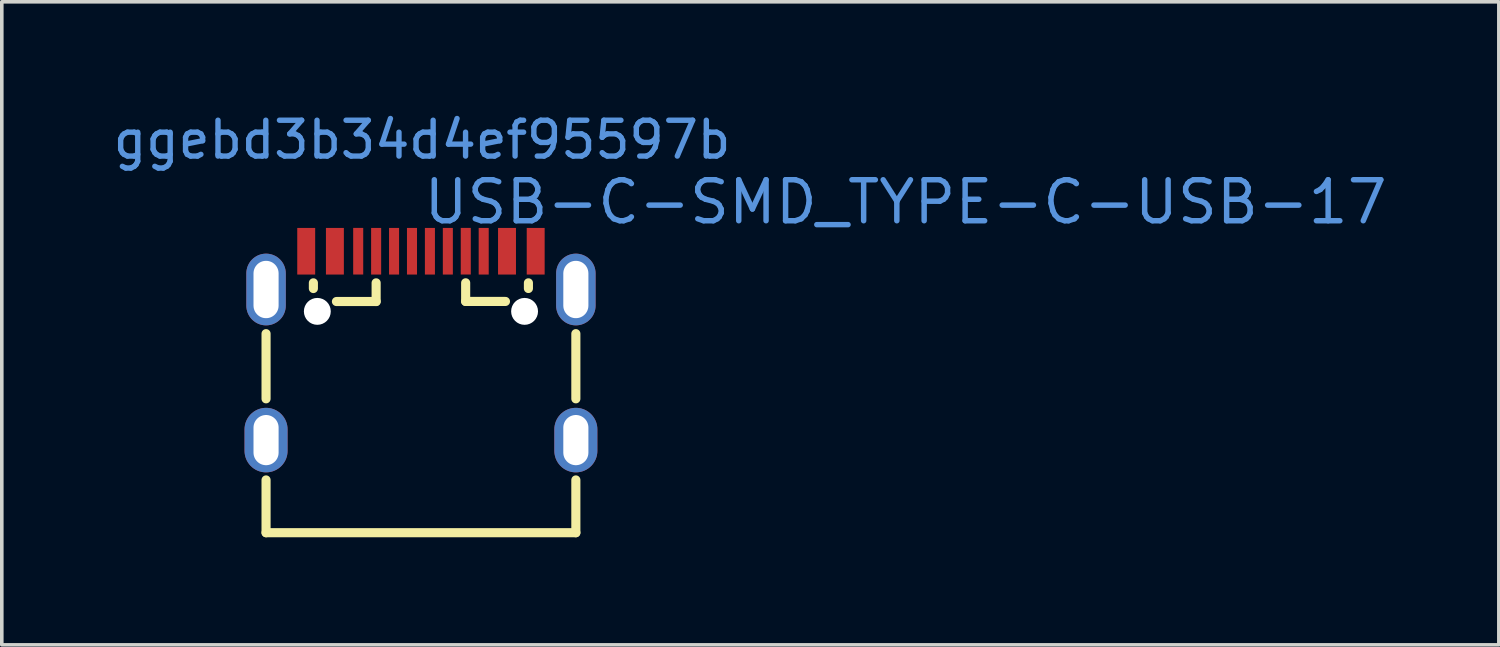
<source format=kicad_pcb>
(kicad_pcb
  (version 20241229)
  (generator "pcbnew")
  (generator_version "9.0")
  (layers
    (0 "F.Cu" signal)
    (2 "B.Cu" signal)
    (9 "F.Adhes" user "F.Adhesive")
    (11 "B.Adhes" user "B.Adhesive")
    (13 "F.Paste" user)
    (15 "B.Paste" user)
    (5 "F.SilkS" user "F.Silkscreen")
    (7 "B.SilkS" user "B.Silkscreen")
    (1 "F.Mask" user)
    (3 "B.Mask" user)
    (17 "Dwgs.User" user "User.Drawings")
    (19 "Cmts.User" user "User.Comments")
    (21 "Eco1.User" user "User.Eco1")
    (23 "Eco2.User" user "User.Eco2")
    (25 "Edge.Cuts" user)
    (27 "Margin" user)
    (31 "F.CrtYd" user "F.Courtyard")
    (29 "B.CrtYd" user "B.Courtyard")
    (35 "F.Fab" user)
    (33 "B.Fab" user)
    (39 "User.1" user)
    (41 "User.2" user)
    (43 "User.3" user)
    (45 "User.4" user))
  (footprint "USB-C-SMD_TYPE-C-USB-17"
    (layer "F.Cu")
    (at 8.69 6.59)
    (property "Reference" "USB-C-SMD_TYPE-C-USB-17" (at 0 -4.005 0) (layer "Cmts.User") (effects (font (size 1.143 1.143) (thickness 0.152)) (justify left)))
    (attr smd)
    (fp_line (start -4.32 1.483) (end -4.32 -0.335) (stroke (width 0.254) (type solid)) (layer "F.SilkS"))
    (fp_line (start -4.32 5.217) (end -4.32 3.745) (stroke (width 0.254) (type solid)) (layer "F.SilkS"))
    (fp_line (start -3 -1.593) (end -3 -1.752) (stroke (width 0.254) (type solid)) (layer "F.SilkS"))
    (fp_line (start -2.357 -1.231) (end -1.25 -1.231) (stroke (width 0.254) (type solid)) (layer "F.SilkS"))
    (fp_line (start -1.25 -1.231) (end -1.25 -1.752) (stroke (width 0.254) (type solid)) (layer "F.SilkS"))
    (fp_line (start 1.247 -1.233) (end 1.247 -1.753) (stroke (width 0.254) (type solid)) (layer "F.SilkS"))
    (fp_line (start 1.247 -1.233) (end 2.357 -1.233) (stroke (width 0.254) (type solid)) (layer "F.SilkS"))
    (fp_line (start 2.997 -1.594) (end 2.997 -1.752) (stroke (width 0.254) (type solid)) (layer "F.SilkS"))
    (fp_line (start 4.32 1.483) (end 4.32 -0.335) (stroke (width 0.254) (type solid)) (layer "F.SilkS"))
    (fp_line (start 4.32 5.217) (end -4.32 5.217) (stroke (width 0.254) (type solid)) (layer "F.SilkS"))
    (fp_line (start 4.32 5.217) (end 4.32 3.745) (stroke (width 0.254) (type solid)) (layer "F.SilkS"))
    (fp_poly (pts (xy -3.45 -3.283) (xy -2.95 -3.283) (xy -2.95 -1.983) (xy -3.45 -1.983)) (stroke (width 0) (type solid)) (fill yes) (layer "F.Paste"))
    (fp_poly (pts (xy -2.65 -3.283) (xy -2.15 -3.283) (xy -2.15 -1.983) (xy -2.65 -1.983)) (stroke (width 0) (type solid)) (fill yes) (layer "F.Paste"))
    (fp_poly (pts (xy -1.89 -3.284) (xy -1.61 -3.284) (xy -1.61 -1.984) (xy -1.89 -1.984)) (stroke (width 0) (type solid)) (fill yes) (layer "F.Paste"))
    (fp_poly (pts (xy -1.39 -3.283) (xy -1.11 -3.283) (xy -1.11 -1.983) (xy -1.39 -1.983)) (stroke (width 0) (type solid)) (fill yes) (layer "F.Paste"))
    (fp_poly (pts (xy -0.89 -3.283) (xy -0.61 -3.283) (xy -0.61 -1.983) (xy -0.89 -1.983)) (stroke (width 0) (type solid)) (fill yes) (layer "F.Paste"))
    (fp_poly (pts (xy -0.39 -3.283) (xy -0.11 -3.283) (xy -0.11 -1.983) (xy -0.39 -1.983)) (stroke (width 0) (type solid)) (fill yes) (layer "F.Paste"))
    (fp_poly (pts (xy 0.11 -3.283) (xy 0.39 -3.283) (xy 0.39 -1.983) (xy 0.11 -1.983)) (stroke (width 0) (type solid)) (fill yes) (layer "F.Paste"))
    (fp_poly (pts (xy 0.61 -3.283) (xy 0.89 -3.283) (xy 0.89 -1.983) (xy 0.61 -1.983)) (stroke (width 0) (type solid)) (fill yes) (layer "F.Paste"))
    (fp_poly (pts (xy 1.11 -3.284) (xy 1.39 -3.284) (xy 1.39 -1.984) (xy 1.11 -1.984)) (stroke (width 0) (type solid)) (fill yes) (layer "F.Paste"))
    (fp_poly (pts (xy 1.61 -3.283) (xy 1.89 -3.283) (xy 1.89 -1.983) (xy 1.61 -1.983)) (stroke (width 0) (type solid)) (fill yes) (layer "F.Paste"))
    (fp_poly (pts (xy 2.15 -3.283) (xy 2.65 -3.283) (xy 2.65 -1.983) (xy 2.15 -1.983)) (stroke (width 0) (type solid)) (fill yes) (layer "F.Paste"))
    (fp_poly (pts (xy 2.95 -3.283) (xy 3.45 -3.283) (xy 3.45 -1.983) (xy 2.95 -1.983)) (stroke (width 0) (type solid)) (fill yes) (layer "F.Paste"))
    (fp_poly (pts (xy -4.281 3.534) (xy -4.311 3.533) (xy -4.341 3.53) (xy -4.37 3.525) (xy -4.4 3.519) (xy -4.429 3.512) (xy -4.457 3.503) (xy -4.485 3.493) (xy -4.513 3.481) (xy -4.54 3.468) (xy -4.566 3.454) (xy -4.592 3.438) (xy -4.616 3.421) (xy -4.64 3.403) (xy -4.663 3.384) (xy -4.685 3.364) (xy -4.706 3.342) (xy -4.726 3.32) (xy -4.744 3.296) (xy -4.762 3.272) (xy -4.778 3.247) (xy -4.793 3.221) (xy -4.807 3.195) (xy -4.819 3.167) (xy -4.83 3.139) (xy -4.839 3.111) (xy -4.847 3.082) (xy -4.854 3.053) (xy -4.859 3.024) (xy -4.863 2.994) (xy -4.865 2.964) (xy -4.866 2.934) (xy -4.866 2.334) (xy -4.865 2.304) (xy -4.863 2.274) (xy -4.859 2.245) (xy -4.854 2.215) (xy -4.847 2.186) (xy -4.839 2.157) (xy -4.83 2.129) (xy -4.819 2.101) (xy -4.807 2.074) (xy -4.793 2.047) (xy -4.778 2.021) (xy -4.762 1.996) (xy -4.744 1.972) (xy -4.726 1.949) (xy -4.706 1.926) (xy -4.685 1.905) (xy -4.663 1.884) (xy -4.64 1.865) (xy -4.616 1.847) (xy -4.592 1.83) (xy -4.566 1.815) (xy -4.54 1.8) (xy -4.513 1.787) (xy -4.485 1.776) (xy -4.457 1.765) (xy -4.429 1.757) (xy -4.4 1.749) (xy -4.37 1.743) (xy -4.341 1.739) (xy -4.311 1.736) (xy -4.281 1.734) (xy -4.251 1.734) (xy -4.221 1.736) (xy -4.191 1.739) (xy -4.162 1.743) (xy -4.133 1.749) (xy -4.104 1.757) (xy -4.075 1.765) (xy -4.047 1.776) (xy -4.019 1.787) (xy -3.992 1.8) (xy -3.966 1.815) (xy -3.941 1.83) (xy -3.916 1.847) (xy -3.892 1.865) (xy -3.869 1.884) (xy -3.847 1.905) (xy -3.826 1.926) (xy -3.806 1.949) (xy -3.788 1.972) (xy -3.77 1.996) (xy -3.754 2.021) (xy -3.739 2.047) (xy -3.725 2.074) (xy -3.713 2.101) (xy -3.702 2.129) (xy -3.693 2.157) (xy -3.685 2.186) (xy -3.678 2.215) (xy -3.673 2.245) (xy -3.669 2.274) (xy -3.667 2.304) (xy -3.666 2.334) (xy -3.666 2.934) (xy -3.667 2.964) (xy -3.669 2.994) (xy -3.673 3.024) (xy -3.678 3.053) (xy -3.685 3.082) (xy -3.693 3.111) (xy -3.702 3.139) (xy -3.713 3.167) (xy -3.725 3.195) (xy -3.739 3.221) (xy -3.754 3.247) (xy -3.77 3.272) (xy -3.788 3.296) (xy -3.806 3.32) (xy -3.826 3.342) (xy -3.847 3.364) (xy -3.869 3.384) (xy -3.892 3.403) (xy -3.916 3.421) (xy -3.941 3.438) (xy -3.966 3.454) (xy -3.992 3.468) (xy -4.019 3.481) (xy -4.047 3.493) (xy -4.075 3.503) (xy -4.104 3.512) (xy -4.133 3.519) (xy -4.162 3.525) (xy -4.191 3.53) (xy -4.221 3.533) (xy -4.251 3.534)) (stroke (width 0) (type solid)) (fill yes) (layer "F.Paste"))
    (fp_poly (pts (xy 4.305 3.534) (xy 4.275 3.532) (xy 4.245 3.529) (xy 4.216 3.525) (xy 4.187 3.519) (xy 4.158 3.512) (xy 4.129 3.503) (xy 4.101 3.493) (xy 4.073 3.481) (xy 4.046 3.468) (xy 4.02 3.454) (xy 3.995 3.438) (xy 3.97 3.421) (xy 3.946 3.403) (xy 3.923 3.384) (xy 3.901 3.364) (xy 3.88 3.342) (xy 3.86 3.32) (xy 3.842 3.296) (xy 3.824 3.272) (xy 3.808 3.247) (xy 3.793 3.221) (xy 3.779 3.194) (xy 3.767 3.167) (xy 3.756 3.139) (xy 3.747 3.111) (xy 3.739 3.082) (xy 3.732 3.053) (xy 3.727 3.024) (xy 3.723 2.994) (xy 3.721 2.964) (xy 3.72 2.934) (xy 3.72 2.334) (xy 3.721 2.304) (xy 3.723 2.274) (xy 3.727 2.245) (xy 3.732 2.215) (xy 3.739 2.186) (xy 3.747 2.157) (xy 3.756 2.129) (xy 3.767 2.101) (xy 3.779 2.074) (xy 3.793 2.047) (xy 3.808 2.021) (xy 3.824 1.996) (xy 3.842 1.972) (xy 3.86 1.948) (xy 3.88 1.926) (xy 3.901 1.905) (xy 3.923 1.884) (xy 3.946 1.865) (xy 3.97 1.847) (xy 3.995 1.83) (xy 4.02 1.814) (xy 4.046 1.8) (xy 4.073 1.787) (xy 4.101 1.776) (xy 4.129 1.765) (xy 4.158 1.757) (xy 4.187 1.749) (xy 4.216 1.743) (xy 4.245 1.739) (xy 4.275 1.736) (xy 4.305 1.734) (xy 4.335 1.734) (xy 4.365 1.736) (xy 4.395 1.739) (xy 4.424 1.743) (xy 4.454 1.749) (xy 4.483 1.757) (xy 4.511 1.765) (xy 4.539 1.776) (xy 4.567 1.787) (xy 4.594 1.8) (xy 4.62 1.814) (xy 4.646 1.83) (xy 4.67 1.847) (xy 4.694 1.865) (xy 4.717 1.884) (xy 4.739 1.905) (xy 4.76 1.926) (xy 4.78 1.948) (xy 4.798 1.972) (xy 4.816 1.996) (xy 4.832 2.021) (xy 4.847 2.047) (xy 4.861 2.074) (xy 4.873 2.101) (xy 4.884 2.129) (xy 4.893 2.157) (xy 4.901 2.186) (xy 4.908 2.215) (xy 4.913 2.245) (xy 4.917 2.274) (xy 4.919 2.304) (xy 4.92 2.334) (xy 4.92 2.934) (xy 4.919 2.964) (xy 4.917 2.994) (xy 4.913 3.024) (xy 4.908 3.053) (xy 4.901 3.082) (xy 4.893 3.111) (xy 4.884 3.139) (xy 4.873 3.167) (xy 4.861 3.194) (xy 4.847 3.221) (xy 4.832 3.247) (xy 4.816 3.272) (xy 4.798 3.296) (xy 4.78 3.32) (xy 4.76 3.342) (xy 4.739 3.364) (xy 4.717 3.384) (xy 4.694 3.403) (xy 4.67 3.421) (xy 4.646 3.438) (xy 4.62 3.454) (xy 4.594 3.468) (xy 4.567 3.481) (xy 4.539 3.493) (xy 4.511 3.503) (xy 4.483 3.512) (xy 4.454 3.519) (xy 4.424 3.525) (xy 4.395 3.529) (xy 4.365 3.532) (xy 4.335 3.534)) (stroke (width 0) (type solid)) (fill yes) (layer "F.Paste"))
    (fp_text user "ggebd3b34d4ef95597b" (at 0.03 -5.742 0) (layer "Cmts.User") (effects (font (size 1 1) (thickness 0.15))))
    (pad "" np_thru_hole circle (at -2.89 -0.956 90) (size 0.75 0.75) (drill 0.75) (layers "*.Cu" "*.Mask"))
    (pad "" np_thru_hole circle (at 2.89 -0.956 90) (size 0.75 0.75) (drill 0.75) (layers "*.Cu" "*.Mask"))
    (pad "0" thru_hole oval (at -4.32 -1.566) (size 1.1 2) (drill oval 0.7 1.6) (layers "*.Cu" "*.Mask"))
    (pad "0" thru_hole oval (at -4.32 2.634) (size 1.2 1.8) (drill oval 0.7 1.4) (layers "*.Cu" "*.Mask"))
    (pad "0" thru_hole oval (at 4.32 -1.566) (size 1.1 2) (drill oval 0.7 1.6) (layers "*.Cu" "*.Mask"))
    (pad "0" thru_hole oval (at 4.32 2.634) (size 1.2 1.8) (drill oval 0.7 1.4) (layers "*.Cu" "*.Mask"))
    (pad "A1" smd rect (at -3.2 -2.633) (size 0.5 1.3) (layers "F.Cu" "F.Mask" "F.Paste"))
    (pad "A4" smd rect (at -2.4 -2.633) (size 0.5 1.3) (layers "F.Cu" "F.Mask" "F.Paste"))
    (pad "A5" smd rect (at -1.25 -2.633) (size 0.28 1.3) (layers "F.Cu" "F.Mask" "F.Paste"))
    (pad "A6" smd rect (at -0.25 -2.633) (size 0.28 1.3) (layers "F.Cu" "F.Mask" "F.Paste"))
    (pad "A7" smd rect (at 0.25 -2.633) (size 0.28 1.3) (layers "F.Cu" "F.Mask" "F.Paste"))
    (pad "A8" smd rect (at 1.25 -2.634) (size 0.28 1.3) (layers "F.Cu" "F.Mask" "F.Paste"))
    (pad "A9" smd rect (at 2.4 -2.633) (size 0.5 1.3) (layers "F.Cu" "F.Mask" "F.Paste"))
    (pad "A12" smd rect (at 3.2 -2.633) (size 0.5 1.3) (layers "F.Cu" "F.Mask" "F.Paste"))
    (pad "B5" smd rect (at 1.75 -2.633) (size 0.28 1.3) (layers "F.Cu" "F.Mask" "F.Paste"))
    (pad "B6" smd rect (at 0.75 -2.633) (size 0.28 1.3) (layers "F.Cu" "F.Mask" "F.Paste"))
    (pad "B7" smd rect (at -0.75 -2.633) (size 0.28 1.3) (layers "F.Cu" "F.Mask" "F.Paste"))
    (pad "B8" smd rect (at -1.75 -2.634) (size 0.28 1.3) (layers "F.Cu" "F.Mask" "F.Paste")))
  (gr_rect
    (start -3 -3)
    (end 38.751 14.934)
    (stroke (width 0.1) (type default))
    (fill no)
    (layer "Edge.Cuts")))
</source>
